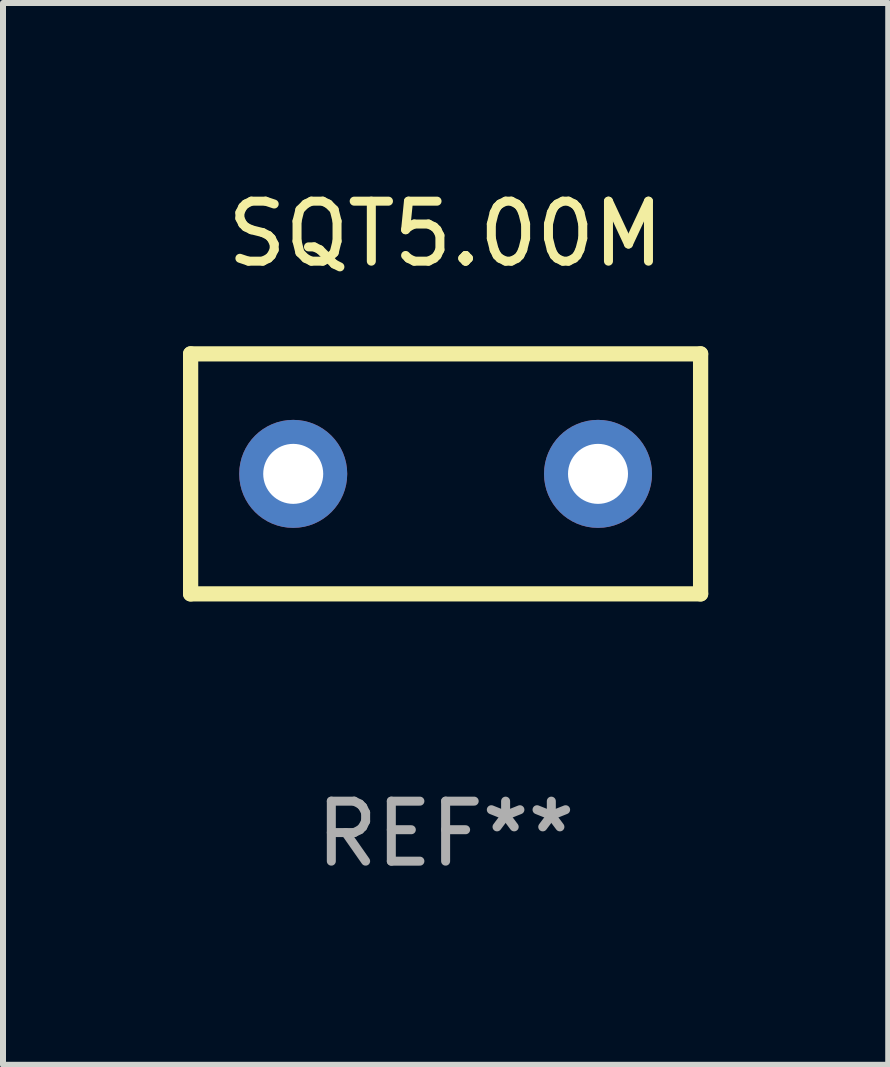
<source format=kicad_pcb>
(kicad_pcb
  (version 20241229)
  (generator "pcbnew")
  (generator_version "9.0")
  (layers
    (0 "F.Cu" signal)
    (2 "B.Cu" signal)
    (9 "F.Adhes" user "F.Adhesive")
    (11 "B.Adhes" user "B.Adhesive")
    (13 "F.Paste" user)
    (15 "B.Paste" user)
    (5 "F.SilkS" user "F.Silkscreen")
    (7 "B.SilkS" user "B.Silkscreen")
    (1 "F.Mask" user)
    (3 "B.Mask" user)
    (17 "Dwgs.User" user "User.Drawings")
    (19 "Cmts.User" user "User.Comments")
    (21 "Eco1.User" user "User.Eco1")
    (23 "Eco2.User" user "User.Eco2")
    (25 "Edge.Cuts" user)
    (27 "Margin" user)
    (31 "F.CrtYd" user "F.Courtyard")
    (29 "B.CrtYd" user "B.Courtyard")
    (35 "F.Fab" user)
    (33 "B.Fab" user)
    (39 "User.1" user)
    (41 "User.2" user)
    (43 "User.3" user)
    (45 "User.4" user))
  (footprint "SQT5.00M"
    (layer "F.Cu")
    (at 4.377 4.848)
    (property "Reference" "SQT5.00M" (at 0 -4 0) (layer "F.SilkS") (effects (font (size 1 1) (thickness 0.15))))
    (attr through_hole)
    (fp_line (start -4.25 2) (end -4.25 -2) (stroke (width 0.254) (type solid)) (layer "F.SilkS"))
    (fp_line (start -4.25 -2) (end 4.25 -2) (stroke (width 0.254) (type solid)) (layer "F.SilkS"))
    (fp_line (start 4.25 2) (end -4.25 2) (stroke (width 0.254) (type solid)) (layer "F.SilkS"))
    (fp_line (start 4.25 -2) (end 4.25 2) (stroke (width 0.254) (type solid)) (layer "F.SilkS"))
    (fp_circle (center -4.25 2) (end -4.22 2) (stroke (width 0.06) (type solid)) (fill no) (layer "F.SilkS"))
    (fp_text user "REF**" (at 0 6 0) (layer "F.Fab") (effects (font (size 1 1) (thickness 0.15))))
    (pad "1" thru_hole circle (at -2.54 0) (size 1.8 1.8) (drill 1) (layers "*.Cu" "*.Mask"))
    (pad "2" thru_hole circle (at 2.54 0) (size 1.8 1.8) (drill 1) (layers "*.Cu" "*.Mask")))
  (gr_rect
    (start -3 -3)
    (end 11.754 14.697)
    (stroke (width 0.1) (type default))
    (fill no)
    (layer "Edge.Cuts")))
</source>
